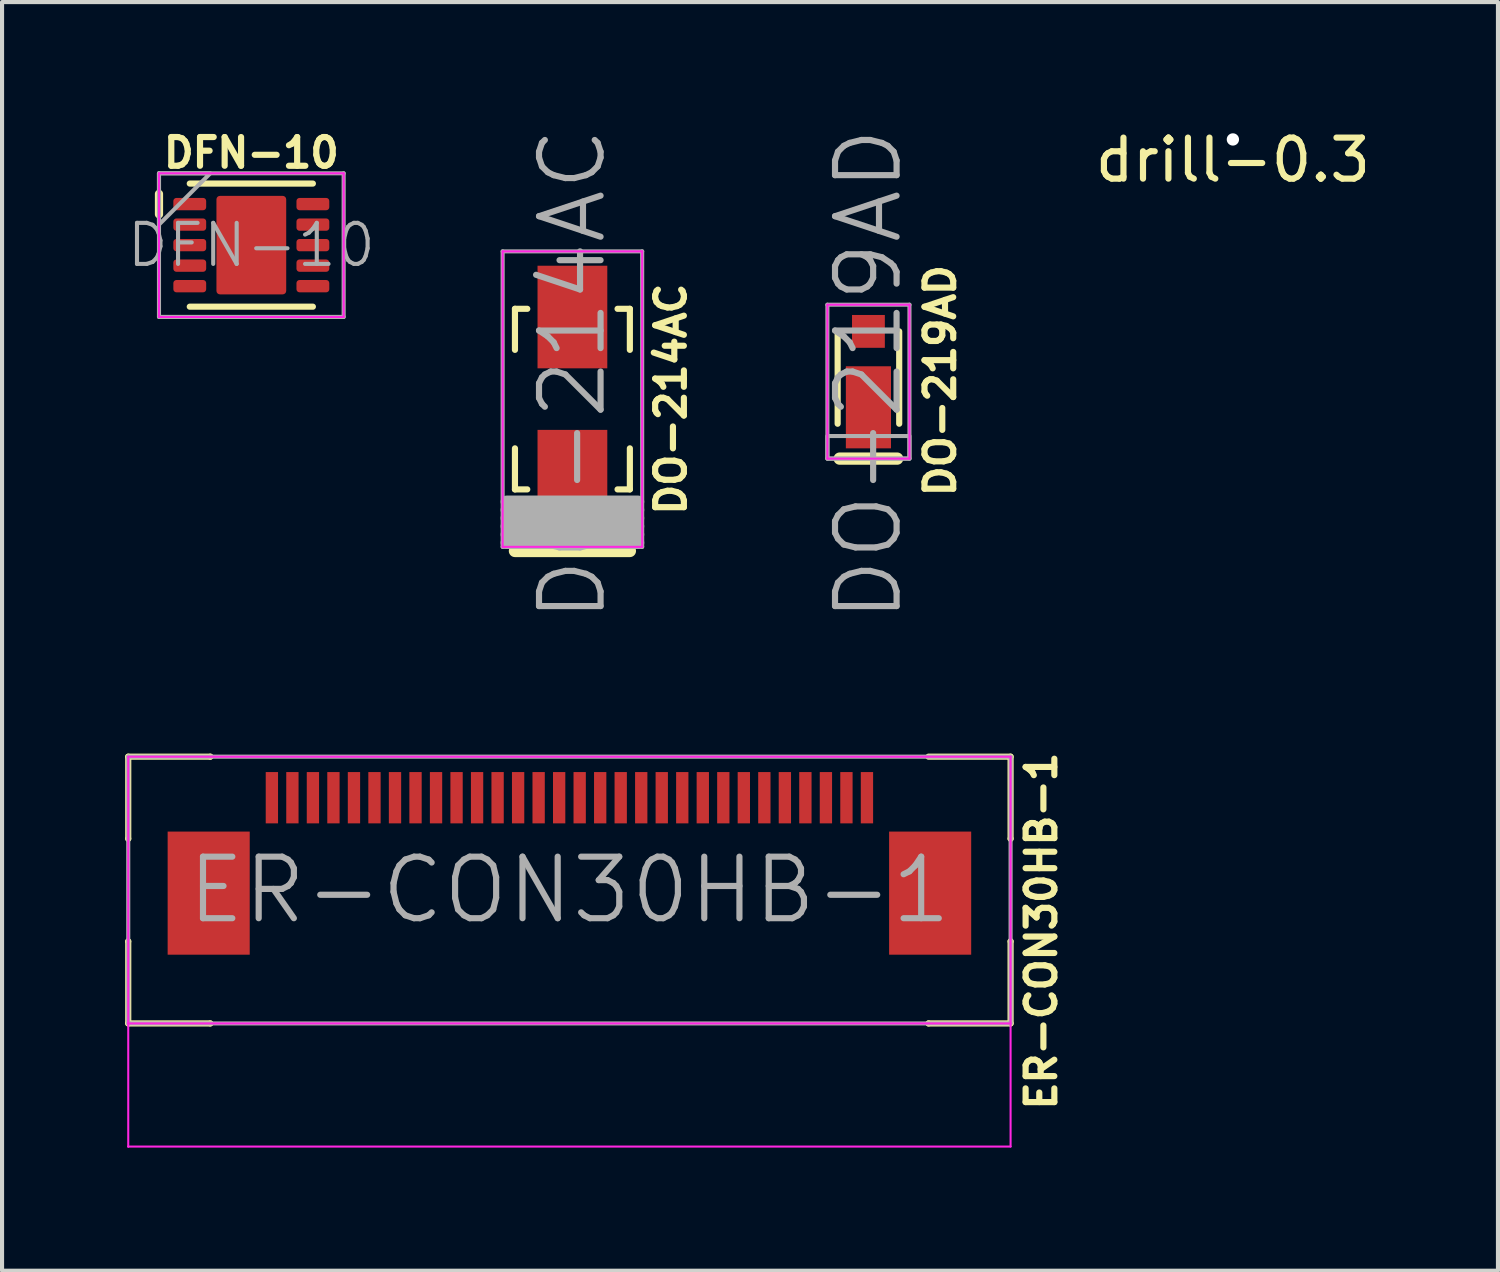
<source format=kicad_pcb>
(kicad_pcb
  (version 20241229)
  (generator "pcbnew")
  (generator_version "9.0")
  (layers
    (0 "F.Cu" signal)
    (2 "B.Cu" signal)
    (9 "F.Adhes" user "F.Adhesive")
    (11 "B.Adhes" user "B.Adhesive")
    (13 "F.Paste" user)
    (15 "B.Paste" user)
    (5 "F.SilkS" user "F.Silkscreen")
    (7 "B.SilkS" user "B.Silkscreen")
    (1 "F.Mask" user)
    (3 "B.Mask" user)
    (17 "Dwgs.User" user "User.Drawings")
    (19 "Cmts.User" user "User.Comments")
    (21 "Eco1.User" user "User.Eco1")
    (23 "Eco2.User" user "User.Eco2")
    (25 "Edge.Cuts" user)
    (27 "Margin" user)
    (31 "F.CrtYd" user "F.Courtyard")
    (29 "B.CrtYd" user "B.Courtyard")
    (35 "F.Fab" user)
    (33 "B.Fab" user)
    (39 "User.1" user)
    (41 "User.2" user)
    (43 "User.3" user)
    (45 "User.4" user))
  (footprint "DO-219AD"
    (layer "F.Cu")
    (at 18.111 6.225)
    (property "Reference" "DO-219AD" (at 1.75 0 90) (layer "F.SilkS") (effects (font (size 0.7 0.7) (thickness 0.15))))
    (attr through_hole)
    (fp_line (start -0.75 1.05) (end -0.75 -1.2) (stroke (width 0.15) (type solid)) (layer "F.SilkS"))
    (fp_line (start -0.7 1.9) (end 0.7 1.9) (stroke (width 0.3) (type solid)) (layer "F.SilkS"))
    (fp_line (start 0.75 1.05) (end 0.75 -1.2) (stroke (width 0.15) (type solid)) (layer "F.SilkS"))
    (fp_line (start -1 -1.85) (end 1 -1.85) (stroke (width 0.05) (type solid)) (layer "F.CrtYd"))
    (fp_line (start -1 1.9) (end -1 -1.85) (stroke (width 0.05) (type solid)) (layer "F.CrtYd"))
    (fp_line (start 1 -1.85) (end 1 1.9) (stroke (width 0.05) (type solid)) (layer "F.CrtYd"))
    (fp_line (start 1 1.9) (end -1 1.9) (stroke (width 0.05) (type solid)) (layer "F.CrtYd"))
    (fp_line (start -1 -1.85) (end 1 -1.85) (stroke (width 0.1) (type solid)) (layer "F.Fab"))
    (fp_line (start -1 1.9) (end -1 -1.85) (stroke (width 0.1) (type solid)) (layer "F.Fab"))
    (fp_line (start 1 -1.85) (end 1 1.9) (stroke (width 0.1) (type solid)) (layer "F.Fab"))
    (fp_line (start 1 1.9) (end -1 1.9) (stroke (width 0.1) (type solid)) (layer "F.Fab"))
    (fp_poly (pts (xy 1 1.9) (xy -1 1.9) (xy -1 1.35) (xy 1 1.35)) (stroke (width 0.1) (type solid)) (fill no) (layer "F.Fab"))
    (fp_text user "${REFERENCE}" (at 0 -0.15 90) (layer "F.Fab") (effects (font (size 1.5 1.5) (thickness 0.15))))
    (pad "A" smd rect (at 0 -1.2) (size 0.8 0.8) (layers "F.Cu" "F.Mask" "F.Paste"))
    (pad "C" smd rect (at 0 0.65) (size 1.1 2) (layers "F.Cu" "F.Mask" "F.Paste")))
  (footprint "drill-0.3"
    (layer "F.Cu")
    (at 26.992 0.348)
    (property "Reference" "drill-0.3" (at 0 0.5 0) (layer "F.SilkS") (effects (font (size 1 1) (thickness 0.15))))
    (attr through_hole)
    (pad "" np_thru_hole circle (at 0 0) (size 0.3 0.3) (drill 0.3) (layers "*.Cu")))
  (footprint "ER-CON30HB-1"
    (layer "F.Cu")
    (at 10.825 18.638)
    (property "Reference" "ER-CON30HB-1" (at 11.5 1 90) (layer "F.SilkS") (effects (font (size 0.7 0.7) (thickness 0.15))))
    (attr through_hole)
    (fp_line (start -10.75 -3.25) (end -10.75 -1.25) (stroke (width 0.15) (type solid)) (layer "F.SilkS"))
    (fp_line (start -10.75 -3.25) (end -8.75 -3.25) (stroke (width 0.15) (type solid)) (layer "F.SilkS"))
    (fp_line (start -10.75 -1.25) (end -10.75 -1.25) (stroke (width 0.15) (type solid)) (layer "F.SilkS"))
    (fp_line (start -10.75 1.25) (end -10.75 1.25) (stroke (width 0.15) (type solid)) (layer "F.SilkS"))
    (fp_line (start -10.75 3.25) (end -10.75 1.25) (stroke (width 0.15) (type solid)) (layer "F.SilkS"))
    (fp_line (start -10.75 3.25) (end -8.75 3.25) (stroke (width 0.15) (type solid)) (layer "F.SilkS"))
    (fp_line (start -8.75 -3.25) (end -8.75 -3.25) (stroke (width 0.15) (type solid)) (layer "F.SilkS"))
    (fp_line (start -8.75 3.25) (end -8.75 3.25) (stroke (width 0.15) (type solid)) (layer "F.SilkS"))
    (fp_line (start 8.75 -3.25) (end 8.75 -3.25) (stroke (width 0.05) (type solid)) (layer "F.SilkS"))
    (fp_line (start 8.75 3.25) (end 8.75 3.25) (stroke (width 0.15) (type solid)) (layer "F.SilkS"))
    (fp_line (start 10.75 -3.25) (end 8.75 -3.25) (stroke (width 0.15) (type solid)) (layer "F.SilkS"))
    (fp_line (start 10.75 -3.25) (end 10.75 -1.25) (stroke (width 0.15) (type solid)) (layer "F.SilkS"))
    (fp_line (start 10.75 -1.25) (end 10.75 -1.25) (stroke (width 0.15) (type solid)) (layer "F.SilkS"))
    (fp_line (start 10.75 1.25) (end 10.75 1.25) (stroke (width 0.15) (type solid)) (layer "F.SilkS"))
    (fp_line (start 10.75 3.25) (end 8.75 3.25) (stroke (width 0.15) (type solid)) (layer "F.SilkS"))
    (fp_line (start 10.75 3.25) (end 10.75 1.25) (stroke (width 0.15) (type solid)) (layer "F.SilkS"))
    (fp_line (start -10.75 -3.25) (end 10.75 -3.25) (stroke (width 0.05) (type solid)) (layer "F.CrtYd"))
    (fp_line (start -10.75 3.25) (end -10.75 3.25) (stroke (width 0.05) (type solid)) (layer "F.CrtYd"))
    (fp_line (start -10.75 6.25) (end -10.75 -3.25) (stroke (width 0.05) (type solid)) (layer "F.CrtYd"))
    (fp_line (start -10.75 6.25) (end -10.75 6.25) (stroke (width 0.05) (type solid)) (layer "F.CrtYd"))
    (fp_line (start 10.75 3.25) (end -10.75 3.25) (stroke (width 0.05) (type solid)) (layer "F.CrtYd"))
    (fp_line (start 10.75 6.25) (end -10.75 6.25) (stroke (width 0.05) (type solid)) (layer "F.CrtYd"))
    (fp_line (start 10.75 6.25) (end 10.75 -3.25) (stroke (width 0.05) (type solid)) (layer "F.CrtYd"))
    (fp_line (start -10.75 -3.25) (end -10.75 -3.25) (stroke (width 0.1) (type solid)) (layer "F.Fab"))
    (fp_line (start -10.75 -3.25) (end 10.75 -3.25) (stroke (width 0.1) (type solid)) (layer "F.Fab"))
    (fp_line (start -10.75 3.25) (end -10.75 -3.25) (stroke (width 0.1) (type solid)) (layer "F.Fab"))
    (fp_line (start 10.75 -3.25) (end 10.75 3.25) (stroke (width 0.1) (type solid)) (layer "F.Fab"))
    (fp_line (start 10.75 3.25) (end -10.75 3.25) (stroke (width 0.1) (type solid)) (layer "F.Fab"))
    (fp_text user "${REFERENCE}" (at 0 0 0) (layer "F.Fab") (effects (font (size 1.5 1.5) (thickness 0.15))))
    (pad "" smd rect (at -8.79 0.075) (size 2 3) (layers "F.Cu" "F.Mask" "F.Paste"))
    (pad "" smd rect (at 8.79 0.075) (size 2 3) (layers "F.Cu" "F.Mask" "F.Paste"))
    (pad "1" smd rect (at -7.25 -2.25) (size 0.3 1.25) (layers "F.Cu" "F.Mask" "F.Paste"))
    (pad "2" smd rect (at -6.75 -2.25) (size 0.3 1.25) (layers "F.Cu" "F.Mask" "F.Paste"))
    (pad "3" smd rect (at -6.25 -2.25) (size 0.3 1.25) (layers "F.Cu" "F.Mask" "F.Paste"))
    (pad "4" smd rect (at -5.75 -2.25) (size 0.3 1.25) (layers "F.Cu" "F.Mask" "F.Paste"))
    (pad "5" smd rect (at -5.25 -2.25) (size 0.3 1.25) (layers "F.Cu" "F.Mask" "F.Paste"))
    (pad "6" smd rect (at -4.75 -2.25) (size 0.3 1.25) (layers "F.Cu" "F.Mask" "F.Paste"))
    (pad "7" smd rect (at -4.25 -2.25) (size 0.3 1.25) (layers "F.Cu" "F.Mask" "F.Paste"))
    (pad "8" smd rect (at -3.75 -2.25) (size 0.3 1.25) (layers "F.Cu" "F.Mask" "F.Paste"))
    (pad "9" smd rect (at -3.25 -2.25) (size 0.3 1.25) (layers "F.Cu" "F.Mask" "F.Paste"))
    (pad "10" smd rect (at -2.75 -2.25) (size 0.3 1.25) (layers "F.Cu" "F.Mask" "F.Paste"))
    (pad "11" smd rect (at -2.25 -2.25) (size 0.3 1.25) (layers "F.Cu" "F.Mask" "F.Paste"))
    (pad "12" smd rect (at -1.75 -2.25) (size 0.3 1.25) (layers "F.Cu" "F.Mask" "F.Paste"))
    (pad "13" smd rect (at -1.25 -2.25) (size 0.3 1.25) (layers "F.Cu" "F.Mask" "F.Paste"))
    (pad "14" smd rect (at -0.75 -2.25) (size 0.3 1.25) (layers "F.Cu" "F.Mask" "F.Paste"))
    (pad "15" smd rect (at -0.25 -2.25) (size 0.3 1.25) (layers "F.Cu" "F.Mask" "F.Paste"))
    (pad "16" smd rect (at 0.25 -2.25) (size 0.3 1.25) (layers "F.Cu" "F.Mask" "F.Paste"))
    (pad "17" smd rect (at 0.75 -2.25) (size 0.3 1.25) (layers "F.Cu" "F.Mask" "F.Paste"))
    (pad "18" smd rect (at 1.25 -2.25) (size 0.3 1.25) (layers "F.Cu" "F.Mask" "F.Paste"))
    (pad "19" smd rect (at 1.75 -2.25) (size 0.3 1.25) (layers "F.Cu" "F.Mask" "F.Paste"))
    (pad "20" smd rect (at 2.25 -2.25) (size 0.3 1.25) (layers "F.Cu" "F.Mask" "F.Paste"))
    (pad "21" smd rect (at 2.75 -2.25) (size 0.3 1.25) (layers "F.Cu" "F.Mask" "F.Paste"))
    (pad "22" smd rect (at 3.25 -2.25) (size 0.3 1.25) (layers "F.Cu" "F.Mask" "F.Paste"))
    (pad "23" smd rect (at 3.75 -2.25) (size 0.3 1.25) (layers "F.Cu" "F.Mask" "F.Paste"))
    (pad "24" smd rect (at 4.25 -2.25) (size 0.3 1.25) (layers "F.Cu" "F.Mask" "F.Paste"))
    (pad "25" smd rect (at 4.75 -2.25) (size 0.3 1.25) (layers "F.Cu" "F.Mask" "F.Paste"))
    (pad "26" smd rect (at 5.25 -2.25) (size 0.3 1.25) (layers "F.Cu" "F.Mask" "F.Paste"))
    (pad "27" smd rect (at 5.75 -2.25) (size 0.3 1.25) (layers "F.Cu" "F.Mask" "F.Paste"))
    (pad "28" smd rect (at 6.25 -2.25) (size 0.3 1.25) (layers "F.Cu" "F.Mask" "F.Paste"))
    (pad "29" smd rect (at 6.75 -2.25) (size 0.3 1.25) (layers "F.Cu" "F.Mask" "F.Paste"))
    (pad "30" smd rect (at 7.25 -2.25) (size 0.3 1.25) (layers "F.Cu" "F.Mask" "F.Paste")))
  (footprint "DO-214AC"
    (layer "F.Cu")
    (at 10.898 6.675)
    (property "Reference" "DO-214AC" (at 2.4 0 90) (layer "F.SilkS") (effects (font (size 0.7 0.7) (thickness 0.15))))
    (attr through_hole)
    (fp_line (start -1.4 -2.2) (end -1.1 -2.2) (stroke (width 0.15) (type solid)) (layer "F.SilkS"))
    (fp_line (start -1.4 -1.2) (end -1.4 -2.2) (stroke (width 0.15) (type solid)) (layer "F.SilkS"))
    (fp_line (start -1.4 2.2) (end -1.4 1.2) (stroke (width 0.15) (type solid)) (layer "F.SilkS"))
    (fp_line (start -1.4 2.2) (end -1.1 2.2) (stroke (width 0.15) (type solid)) (layer "F.SilkS"))
    (fp_line (start -1.4 3.7) (end 1.4 3.7) (stroke (width 0.3) (type solid)) (layer "F.SilkS"))
    (fp_line (start 1.4 -2.2) (end 1.1 -2.2) (stroke (width 0.15) (type solid)) (layer "F.SilkS"))
    (fp_line (start 1.4 -2.2) (end 1.4 -1.2) (stroke (width 0.15) (type solid)) (layer "F.SilkS"))
    (fp_line (start 1.4 2.2) (end 1.1 2.2) (stroke (width 0.15) (type solid)) (layer "F.SilkS"))
    (fp_line (start 1.4 2.2) (end 1.4 1.2) (stroke (width 0.15) (type solid)) (layer "F.SilkS"))
    (fp_line (start -1.7 -3.6) (end 1.7 -3.6) (stroke (width 0.05) (type solid)) (layer "F.CrtYd"))
    (fp_line (start -1.7 3.6) (end -1.7 -3.6) (stroke (width 0.05) (type solid)) (layer "F.CrtYd"))
    (fp_line (start 1.7 -3.6) (end 1.7 3.6) (stroke (width 0.05) (type solid)) (layer "F.CrtYd"))
    (fp_line (start 1.7 3.6) (end -1.7 3.6) (stroke (width 0.05) (type solid)) (layer "F.CrtYd"))
    (fp_line (start -1.7 -3.6) (end 1.7 -3.6) (stroke (width 0.1) (type solid)) (layer "F.Fab"))
    (fp_line (start -1.7 3.6) (end -1.7 -3.6) (stroke (width 0.1) (type solid)) (layer "F.Fab"))
    (fp_line (start -1.6 2.5) (end 1.6 2.5) (stroke (width 0.3) (type solid)) (layer "F.Fab"))
    (fp_line (start -1.6 2.7) (end 1.6 2.7) (stroke (width 0.3) (type solid)) (layer "F.Fab"))
    (fp_line (start -1.6 2.9) (end 1.6 2.9) (stroke (width 0.3) (type solid)) (layer "F.Fab"))
    (fp_line (start -1.6 3.1) (end 1.6 3.1) (stroke (width 0.3) (type solid)) (layer "F.Fab"))
    (fp_line (start -1.6 3.3) (end 1.6 3.3) (stroke (width 0.3) (type solid)) (layer "F.Fab"))
    (fp_line (start -1.6 3.5) (end 1.6 3.5) (stroke (width 0.3) (type solid)) (layer "F.Fab"))
    (fp_line (start 1.7 -3.6) (end 1.7 3.6) (stroke (width 0.1) (type solid)) (layer "F.Fab"))
    (fp_line (start 1.7 3.6) (end -1.7 3.6) (stroke (width 0.1) (type solid)) (layer "F.Fab"))
    (fp_text user "${REFERENCE}" (at 0 -0.6 90) (layer "F.Fab") (effects (font (size 1.5 1.5) (thickness 0.15))))
    (pad "A" smd rect (at 0 -2) (size 1.7 2.5) (layers "F.Cu" "F.Mask" "F.Paste"))
    (pad "C" smd rect (at 0 2) (size 1.7 2.5) (layers "F.Cu" "F.Mask" "F.Paste")))
  (footprint "DFN-10"
    (layer "F.Cu")
    (at 3.074 2.923)
    (property "Reference" "DFN-10" (at 0 -2.25 0) (layer "F.SilkS") (effects (font (size 0.7 0.7) (thickness 0.15))))
    (attr through_hole)
    (fp_line (start -2.25 -1.25) (end -2.25 -0.75) (stroke (width 0.2) (type solid)) (layer "F.SilkS"))
    (fp_line (start -1.5 -1.5) (end 1.5 -1.5) (stroke (width 0.15) (type solid)) (layer "F.SilkS"))
    (fp_line (start 1.5 1.5) (end -1.5 1.5) (stroke (width 0.15) (type solid)) (layer "F.SilkS"))
    (fp_line (start -2.25 -1.75) (end 2.25 -1.75) (stroke (width 0.05) (type solid)) (layer "F.CrtYd"))
    (fp_line (start -2.25 1.75) (end -2.25 -1.75) (stroke (width 0.05) (type solid)) (layer "F.CrtYd"))
    (fp_line (start 2.25 -1.75) (end 2.25 1.75) (stroke (width 0.05) (type solid)) (layer "F.CrtYd"))
    (fp_line (start 2.25 1.75) (end -2.25 1.75) (stroke (width 0.05) (type solid)) (layer "F.CrtYd"))
    (fp_line (start -2.25 -1.75) (end 2.25 -1.75) (stroke (width 0.1) (type solid)) (layer "F.Fab"))
    (fp_line (start -2.25 1.75) (end -2.25 -1.75) (stroke (width 0.1) (type solid)) (layer "F.Fab"))
    (fp_line (start 2.25 -1.75) (end 2.25 1.75) (stroke (width 0.1) (type solid)) (layer "F.Fab"))
    (fp_line (start 2.25 1.75) (end -2.25 1.75) (stroke (width 0.1) (type solid)) (layer "F.Fab"))
    (fp_poly (pts (xy -2.25 -1.75) (xy -1 -1.75) (xy -2.25 -0.5)) (stroke (width 0.1) (type solid)) (fill no) (layer "F.Fab"))
    (fp_text user "${REFERENCE}" (at 0 0 0) (layer "F.Fab") (effects (font (size 1 1) (thickness 0.1))))
    (pad "1" smd roundrect (at -1.5 -1) (size 0.8 0.3) (layers "F.Cu" "F.Mask" "F.Paste") (roundrect_rratio 0.25))
    (pad "2" smd roundrect (at -1.5 -0.5) (size 0.8 0.3) (layers "F.Cu" "F.Mask" "F.Paste") (roundrect_rratio 0.25))
    (pad "3" smd roundrect (at -1.5 0) (size 0.8 0.3) (layers "F.Cu" "F.Mask" "F.Paste") (roundrect_rratio 0.25))
    (pad "4" smd roundrect (at -1.5 0.5) (size 0.8 0.3) (layers "F.Cu" "F.Mask" "F.Paste") (roundrect_rratio 0.25))
    (pad "5" smd roundrect (at -1.5 1) (size 0.8 0.3) (layers "F.Cu" "F.Mask" "F.Paste") (roundrect_rratio 0.25))
    (pad "6" smd roundrect (at 1.5 1) (size 0.8 0.3) (layers "F.Cu" "F.Mask" "F.Paste") (roundrect_rratio 0.25))
    (pad "7" smd roundrect (at 1.5 0.5) (size 0.8 0.3) (layers "F.Cu" "F.Mask" "F.Paste") (roundrect_rratio 0.25))
    (pad "8" smd roundrect (at 1.5 0) (size 0.8 0.3) (layers "F.Cu" "F.Mask" "F.Paste") (roundrect_rratio 0.25))
    (pad "9" smd roundrect (at 1.5 -0.5) (size 0.8 0.3) (layers "F.Cu" "F.Mask" "F.Paste") (roundrect_rratio 0.25))
    (pad "10" smd roundrect (at 1.5 -1) (size 0.8 0.3) (layers "F.Cu" "F.Mask" "F.Paste") (roundrect_rratio 0.25))
    (pad "FLAG" smd roundrect (at 0 0) (size 1.7 2.4) (layers "F.Cu" "F.Mask" "F.Paste") (roundrect_rratio 0.05)))
  (gr_rect
    (start -3 -3)
    (end 33.451 27.913)
    (stroke (width 0.1) (type default))
    (fill no)
    (layer "Edge.Cuts")))
</source>
